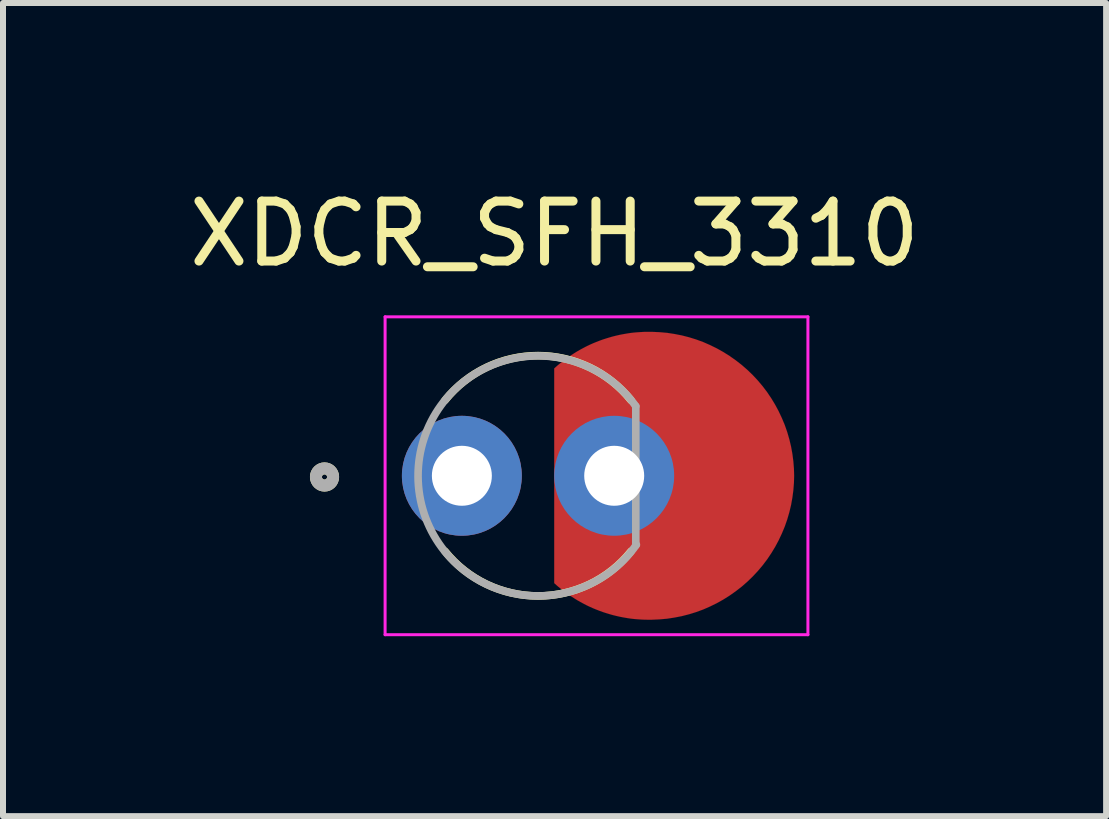
<source format=kicad_pcb>
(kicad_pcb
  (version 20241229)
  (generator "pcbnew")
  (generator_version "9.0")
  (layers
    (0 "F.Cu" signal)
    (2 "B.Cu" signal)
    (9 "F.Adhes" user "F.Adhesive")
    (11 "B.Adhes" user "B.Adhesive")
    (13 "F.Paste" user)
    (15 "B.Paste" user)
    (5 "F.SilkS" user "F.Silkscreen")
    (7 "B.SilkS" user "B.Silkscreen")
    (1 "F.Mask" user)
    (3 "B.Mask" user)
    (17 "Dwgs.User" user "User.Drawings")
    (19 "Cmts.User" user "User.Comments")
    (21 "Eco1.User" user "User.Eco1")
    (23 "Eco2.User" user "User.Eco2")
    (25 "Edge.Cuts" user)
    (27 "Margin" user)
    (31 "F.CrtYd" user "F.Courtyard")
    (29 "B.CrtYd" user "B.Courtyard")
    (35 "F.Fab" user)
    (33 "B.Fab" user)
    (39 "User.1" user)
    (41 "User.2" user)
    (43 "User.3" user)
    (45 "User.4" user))
  (footprint "XDCR_SFH_3310"
    (layer "F.Cu")
    (at 5.921 4.883)
    (property "Reference" "XDCR_SFH_3310" (at 0.275 -4.035 0) (layer "F.SilkS") (effects (font (size 1 1) (thickness 0.15))))
    (attr through_hole)
    (fp_poly (pts (xy 0.27 -0.06) (xy 0.27 -1.79) (xy 0.325 -1.839) (xy 0.37 -1.876) (xy 0.416 -1.912) (xy 0.462 -1.948) (xy 0.51 -1.982) (xy 0.558 -2.014) (xy 0.608 -2.046) (xy 0.657 -2.076) (xy 0.708 -2.105) (xy 0.76 -2.133) (xy 0.812 -2.16) (xy 0.864 -2.185) (xy 0.918 -2.209) (xy 0.972 -2.231) (xy 1.026 -2.252) (xy 1.081 -2.272) (xy 1.137 -2.29) (xy 1.193 -2.307) (xy 1.249 -2.323) (xy 1.306 -2.337) (xy 1.363 -2.35) (xy 1.42 -2.361) (xy 1.478 -2.371) (xy 1.535 -2.38) (xy 1.593 -2.387) (xy 1.652 -2.392) (xy 1.71 -2.396) (xy 1.768 -2.399) (xy 1.827 -2.4) (xy 1.87 -2.4) (xy 1.895 -2.4) (xy 2.028 -2.394) (xy 2.152 -2.383) (xy 2.275 -2.364) (xy 2.398 -2.34) (xy 2.519 -2.309) (xy 2.638 -2.272) (xy 2.755 -2.229) (xy 2.869 -2.179) (xy 2.981 -2.124) (xy 3.09 -2.063) (xy 3.195 -1.997) (xy 3.297 -1.925) (xy 3.396 -1.848) (xy 3.49 -1.766) (xy 3.579 -1.68) (xy 3.664 -1.589) (xy 3.745 -1.493) (xy 3.82 -1.394) (xy 3.89 -1.29) (xy 3.954 -1.184) (xy 4.013 -1.074) (xy 4.066 -0.961) (xy 4.114 -0.846) (xy 4.155 -0.728) (xy 4.19 -0.608) (xy 4.219 -0.487) (xy 4.241 -0.364) (xy 4.257 -0.241) (xy 4.267 -0.116) (xy 4.27 0) (xy 4.267 0.116) (xy 4.257 0.241) (xy 4.241 0.364) (xy 4.219 0.487) (xy 4.19 0.608) (xy 4.155 0.728) (xy 4.114 0.846) (xy 4.066 0.961) (xy 4.013 1.074) (xy 3.954 1.184) (xy 3.89 1.29) (xy 3.82 1.394) (xy 3.745 1.493) (xy 3.664 1.589) (xy 3.579 1.68) (xy 3.49 1.766) (xy 3.396 1.848) (xy 3.297 1.925) (xy 3.195 1.997) (xy 3.09 2.063) (xy 2.981 2.124) (xy 2.869 2.179) (xy 2.755 2.229) (xy 2.638 2.272) (xy 2.519 2.309) (xy 2.398 2.34) (xy 2.275 2.364) (xy 2.152 2.383) (xy 2.028 2.394) (xy 1.895 2.4) (xy 1.795 2.4) (xy 1.87 2.4) (xy 1.827 2.4) (xy 1.768 2.399) (xy 1.71 2.396) (xy 1.652 2.392) (xy 1.593 2.387) (xy 1.535 2.38) (xy 1.478 2.371) (xy 1.42 2.361) (xy 1.363 2.35) (xy 1.306 2.337) (xy 1.249 2.323) (xy 1.193 2.307) (xy 1.137 2.29) (xy 1.081 2.272) (xy 1.026 2.252) (xy 0.972 2.231) (xy 0.918 2.209) (xy 0.864 2.185) (xy 0.812 2.16) (xy 0.76 2.133) (xy 0.708 2.105) (xy 0.657 2.076) (xy 0.608 2.046) (xy 0.558 2.014) (xy 0.51 1.982) (xy 0.462 1.948) (xy 0.416 1.912) (xy 0.37 1.876) (xy 0.325 1.839) (xy 0.27 1.79) (xy 0.27 -0.06)) (stroke (width 0.001) (type solid)) (fill yes) (layer "F.Cu"))
    (fp_circle (center -1.27 0) (end -0.77 0) (stroke (width 1) (type solid)) (fill no) (layer "F.Mask"))
    (fp_circle (center 1.27 0) (end 1.77 0) (stroke (width 1) (type solid)) (fill no) (layer "F.Mask"))
    (fp_arc (start -1.55 -1.259999) (mid 0 -2.003467) (end 1.55 -1.26) (stroke (width 0.127) (type solid)) (layer "F.SilkS"))
    (fp_arc (start 1.55 1.259999) (mid 0 2.003467) (end -1.55 1.26) (stroke (width 0.127) (type solid)) (layer "F.SilkS"))
    (fp_circle (center -3.56 0.02) (end -3.417 0.02) (stroke (width 0.2) (type solid)) (fill no) (layer "F.SilkS"))
    (fp_line (start -2.55 -2.65) (end 4.5 -2.65) (stroke (width 0.05) (type solid)) (layer "F.CrtYd"))
    (fp_line (start -2.55 2.65) (end -2.55 -2.65) (stroke (width 0.05) (type solid)) (layer "F.CrtYd"))
    (fp_line (start 4.5 -2.65) (end 4.5 2.65) (stroke (width 0.05) (type solid)) (layer "F.CrtYd"))
    (fp_line (start 4.5 2.65) (end -2.55 2.65) (stroke (width 0.05) (type solid)) (layer "F.CrtYd"))
    (fp_line (start 1.63 -1.16) (end 1.63 1.16) (stroke (width 0.127) (type solid)) (layer "F.Fab"))
    (fp_arc (start 1.64 1.15) (mid -2.000516 0.010738) (end 1.63 -1.16) (stroke (width 0.127) (type solid)) (layer "F.Fab"))
    (fp_circle (center -3.56 0.02) (end -3.417 0.02) (stroke (width 0.2) (type solid)) (fill no) (layer "F.Fab"))
    (pad "1" thru_hole circle (at -1.27 0) (size 2 2) (drill 1) (layers "*.Cu"))
    (pad "2" thru_hole circle (at 1.27 0) (size 2 2) (drill 1) (layers "*.Cu")))
  (gr_rect
    (start -3 -3)
    (end 15.393 10.558)
    (stroke (width 0.1) (type default))
    (fill no)
    (layer "Edge.Cuts")))
</source>
